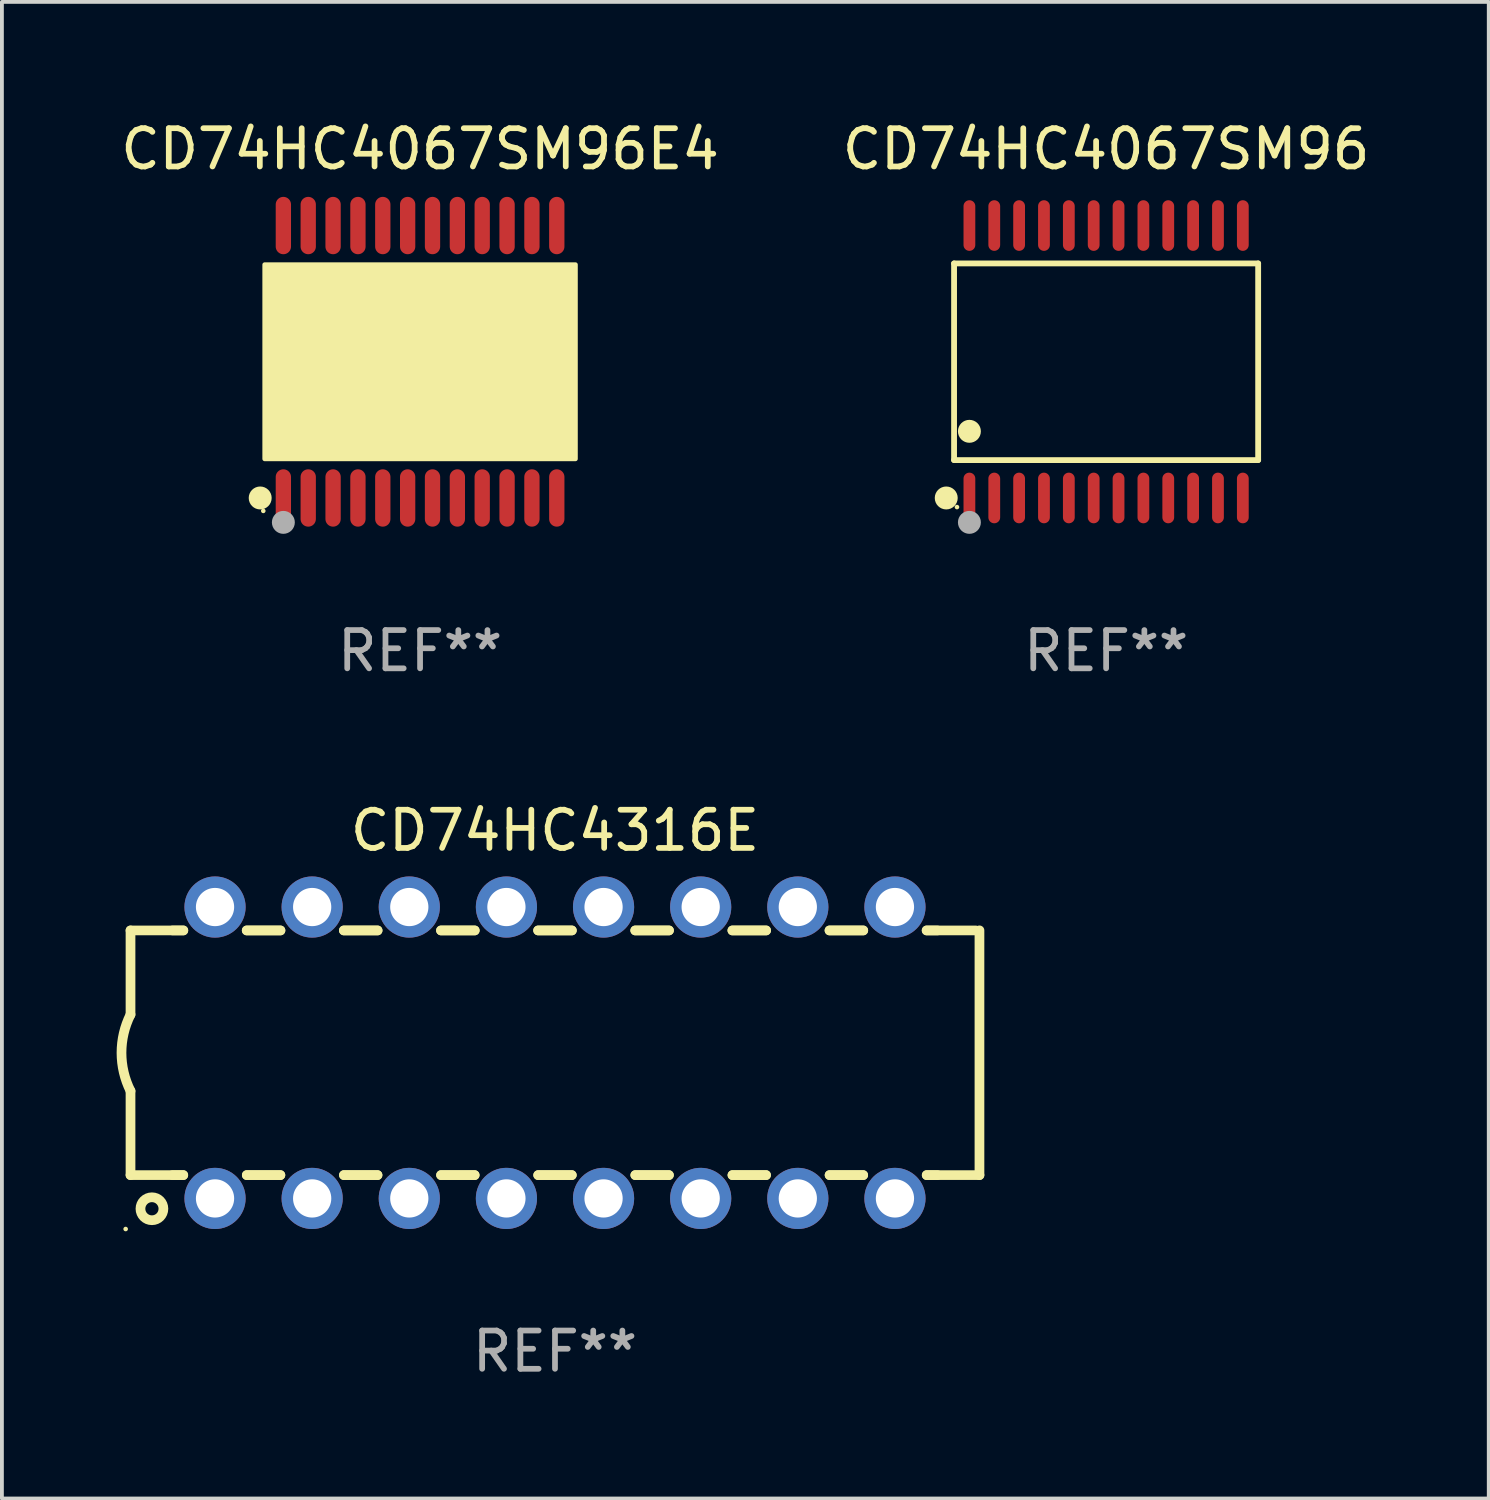
<source format=kicad_pcb>
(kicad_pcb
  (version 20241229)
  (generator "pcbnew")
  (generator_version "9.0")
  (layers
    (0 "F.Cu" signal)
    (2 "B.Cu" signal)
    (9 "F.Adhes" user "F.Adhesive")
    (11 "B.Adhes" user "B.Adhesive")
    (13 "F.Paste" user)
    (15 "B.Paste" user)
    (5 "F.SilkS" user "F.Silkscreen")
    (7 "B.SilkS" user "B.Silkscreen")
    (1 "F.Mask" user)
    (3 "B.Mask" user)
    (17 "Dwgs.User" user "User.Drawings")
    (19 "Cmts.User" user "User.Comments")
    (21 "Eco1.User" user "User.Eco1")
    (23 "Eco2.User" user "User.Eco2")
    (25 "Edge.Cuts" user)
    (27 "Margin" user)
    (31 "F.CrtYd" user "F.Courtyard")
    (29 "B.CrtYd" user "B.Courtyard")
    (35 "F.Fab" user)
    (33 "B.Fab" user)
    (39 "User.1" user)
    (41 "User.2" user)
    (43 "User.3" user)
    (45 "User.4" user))
  (footprint "CD74HC4067SM96E4"
    (layer "F.Cu")
    (at 7.935 6.41)
    (property "Reference" "CD74HC4067SM96E4" (at 0 -5.562 0) (layer "F.SilkS") (effects (font (size 1 1) (thickness 0.15))))
    (attr through_hole)
    (fp_circle (center -4.181 3.562) (end -4.031 3.562) (stroke (width 0.3) (type solid)) (fill no) (layer "F.SilkS"))
    (fp_circle (center -4.1 3.9) (end -4.07 3.9) (stroke (width 0.06) (type solid)) (fill no) (layer "F.SilkS"))
    (fp_circle (center -3.575 1.819) (end -3.425 1.819) (stroke (width 0.3) (type solid)) (fill no) (layer "F.SilkS"))
    (fp_poly (pts (xy -4.064 -2.54) (xy 4.064 -2.54) (xy 4.064 2.54) (xy -4.064 2.54)) (stroke (width 0.12) (type solid)) (fill yes) (layer "F.SilkS"))
    (fp_circle (center -3.575 4.2) (end -3.425 4.2) (stroke (width 0.3) (type solid)) (fill no) (layer "F.Fab"))
    (fp_text user "REF**" (at 0 7.562 0) (layer "F.Fab") (effects (font (size 1 1) (thickness 0.15))))
    (pad "1" smd oval (at -3.575 3.562) (size 0.4 1.5) (layers "F.Cu" "F.Mask" "F.Paste"))
    (pad "2" smd oval (at -2.925 3.562) (size 0.4 1.5) (layers "F.Cu" "F.Mask" "F.Paste"))
    (pad "3" smd oval (at -2.275 3.562) (size 0.4 1.5) (layers "F.Cu" "F.Mask" "F.Paste"))
    (pad "4" smd oval (at -1.625 3.562) (size 0.4 1.5) (layers "F.Cu" "F.Mask" "F.Paste"))
    (pad "5" smd oval (at -0.975 3.562) (size 0.4 1.5) (layers "F.Cu" "F.Mask" "F.Paste"))
    (pad "6" smd oval (at -0.325 3.562) (size 0.4 1.5) (layers "F.Cu" "F.Mask" "F.Paste"))
    (pad "7" smd oval (at 0.325 3.562) (size 0.4 1.5) (layers "F.Cu" "F.Mask" "F.Paste"))
    (pad "8" smd oval (at 0.975 3.562) (size 0.4 1.5) (layers "F.Cu" "F.Mask" "F.Paste"))
    (pad "9" smd oval (at 1.625 3.562) (size 0.4 1.5) (layers "F.Cu" "F.Mask" "F.Paste"))
    (pad "10" smd oval (at 2.275 3.562) (size 0.4 1.5) (layers "F.Cu" "F.Mask" "F.Paste"))
    (pad "11" smd oval (at 2.925 3.562) (size 0.4 1.5) (layers "F.Cu" "F.Mask" "F.Paste"))
    (pad "12" smd oval (at 3.575 3.562) (size 0.4 1.5) (layers "F.Cu" "F.Mask" "F.Paste"))
    (pad "13" smd oval (at 3.575 -3.562) (size 0.4 1.5) (layers "F.Cu" "F.Mask" "F.Paste"))
    (pad "14" smd oval (at 2.925 -3.562) (size 0.4 1.5) (layers "F.Cu" "F.Mask" "F.Paste"))
    (pad "15" smd oval (at 2.275 -3.562) (size 0.4 1.5) (layers "F.Cu" "F.Mask" "F.Paste"))
    (pad "16" smd oval (at 1.625 -3.562) (size 0.4 1.5) (layers "F.Cu" "F.Mask" "F.Paste"))
    (pad "17" smd oval (at 0.975 -3.562) (size 0.4 1.5) (layers "F.Cu" "F.Mask" "F.Paste"))
    (pad "18" smd oval (at 0.325 -3.562) (size 0.4 1.5) (layers "F.Cu" "F.Mask" "F.Paste"))
    (pad "19" smd oval (at -0.325 -3.562) (size 0.4 1.5) (layers "F.Cu" "F.Mask" "F.Paste"))
    (pad "20" smd oval (at -0.975 -3.562) (size 0.4 1.5) (layers "F.Cu" "F.Mask" "F.Paste"))
    (pad "21" smd oval (at -1.625 -3.562) (size 0.4 1.5) (layers "F.Cu" "F.Mask" "F.Paste"))
    (pad "22" smd oval (at -2.275 -3.562) (size 0.4 1.5) (layers "F.Cu" "F.Mask" "F.Paste"))
    (pad "23" smd oval (at -2.925 -3.562) (size 0.4 1.5) (layers "F.Cu" "F.Mask" "F.Paste"))
    (pad "24" smd oval (at -3.575 -3.562) (size 0.4 1.5) (layers "F.Cu" "F.Mask" "F.Paste")))
  (footprint "CD74HC4067SM96"
    (layer "F.Cu")
    (at 25.875 6.41)
    (property "Reference" "CD74HC4067SM96" (at 0 -5.562 0) (layer "F.SilkS") (effects (font (size 1 1) (thickness 0.15))))
    (attr through_hole)
    (fp_line (start -3.976 -2.571) (end 3.976 -2.571) (stroke (width 0.152) (type solid)) (layer "F.SilkS"))
    (fp_line (start -3.976 2.571) (end -3.976 -2.571) (stroke (width 0.152) (type solid)) (layer "F.SilkS"))
    (fp_line (start 3.976 -2.571) (end 3.976 2.571) (stroke (width 0.152) (type solid)) (layer "F.SilkS"))
    (fp_line (start 3.976 2.571) (end -3.976 2.571) (stroke (width 0.152) (type solid)) (layer "F.SilkS"))
    (fp_circle (center -4.181 3.562) (end -4.031 3.562) (stroke (width 0.3) (type solid)) (fill no) (layer "F.SilkS"))
    (fp_circle (center -3.9 3.8) (end -3.87 3.8) (stroke (width 0.06) (type solid)) (fill no) (layer "F.SilkS"))
    (fp_circle (center -3.575 1.819) (end -3.425 1.819) (stroke (width 0.3) (type solid)) (fill no) (layer "F.SilkS"))
    (fp_circle (center -3.575 4.2) (end -3.425 4.2) (stroke (width 0.3) (type solid)) (fill no) (layer "F.Fab"))
    (fp_text user "REF**" (at 0 7.562 0) (layer "F.Fab") (effects (font (size 1 1) (thickness 0.15))))
    (pad "1" smd oval (at -3.575 3.562) (size 0.308 1.324) (layers "F.Cu" "F.Mask" "F.Paste"))
    (pad "2" smd oval (at -2.925 3.562) (size 0.308 1.324) (layers "F.Cu" "F.Mask" "F.Paste"))
    (pad "3" smd oval (at -2.275 3.562) (size 0.308 1.324) (layers "F.Cu" "F.Mask" "F.Paste"))
    (pad "4" smd oval (at -1.625 3.562) (size 0.308 1.324) (layers "F.Cu" "F.Mask" "F.Paste"))
    (pad "5" smd oval (at -0.975 3.562) (size 0.308 1.324) (layers "F.Cu" "F.Mask" "F.Paste"))
    (pad "6" smd oval (at -0.325 3.562) (size 0.308 1.324) (layers "F.Cu" "F.Mask" "F.Paste"))
    (pad "7" smd oval (at 0.325 3.562) (size 0.308 1.324) (layers "F.Cu" "F.Mask" "F.Paste"))
    (pad "8" smd oval (at 0.975 3.562) (size 0.308 1.324) (layers "F.Cu" "F.Mask" "F.Paste"))
    (pad "9" smd oval (at 1.625 3.562) (size 0.308 1.324) (layers "F.Cu" "F.Mask" "F.Paste"))
    (pad "10" smd oval (at 2.275 3.562) (size 0.308 1.324) (layers "F.Cu" "F.Mask" "F.Paste"))
    (pad "11" smd oval (at 2.925 3.562) (size 0.308 1.324) (layers "F.Cu" "F.Mask" "F.Paste"))
    (pad "12" smd oval (at 3.575 3.562) (size 0.308 1.324) (layers "F.Cu" "F.Mask" "F.Paste"))
    (pad "13" smd oval (at 3.575 -3.562) (size 0.308 1.324) (layers "F.Cu" "F.Mask" "F.Paste"))
    (pad "14" smd oval (at 2.925 -3.562) (size 0.308 1.324) (layers "F.Cu" "F.Mask" "F.Paste"))
    (pad "15" smd oval (at 2.275 -3.562) (size 0.308 1.324) (layers "F.Cu" "F.Mask" "F.Paste"))
    (pad "16" smd oval (at 1.625 -3.562) (size 0.308 1.324) (layers "F.Cu" "F.Mask" "F.Paste"))
    (pad "17" smd oval (at 0.975 -3.562) (size 0.308 1.324) (layers "F.Cu" "F.Mask" "F.Paste"))
    (pad "18" smd oval (at 0.325 -3.562) (size 0.308 1.324) (layers "F.Cu" "F.Mask" "F.Paste"))
    (pad "19" smd oval (at -0.325 -3.562) (size 0.308 1.324) (layers "F.Cu" "F.Mask" "F.Paste"))
    (pad "20" smd oval (at -0.975 -3.562) (size 0.308 1.324) (layers "F.Cu" "F.Mask" "F.Paste"))
    (pad "21" smd oval (at -1.625 -3.562) (size 0.308 1.324) (layers "F.Cu" "F.Mask" "F.Paste"))
    (pad "22" smd oval (at -2.275 -3.562) (size 0.308 1.324) (layers "F.Cu" "F.Mask" "F.Paste"))
    (pad "23" smd oval (at -2.925 -3.562) (size 0.308 1.324) (layers "F.Cu" "F.Mask" "F.Paste"))
    (pad "24" smd oval (at -3.575 -3.562) (size 0.308 1.324) (layers "F.Cu" "F.Mask" "F.Paste")))
  (footprint "CD74HC4316E"
    (layer "F.Cu")
    (at 11.463 24.479)
    (property "Reference" "CD74HC4316E" (at 0 -5.81 0) (layer "F.SilkS") (effects (font (size 1 1) (thickness 0.15))))
    (attr through_hole)
    (fp_line (start -11.1 -3.198) (end -9.719 -3.198) (stroke (width 0.254) (type solid)) (layer "F.SilkS"))
    (fp_line (start -11.1 -0.998) (end -11.1 -3.198) (stroke (width 0.254) (type solid)) (layer "F.SilkS"))
    (fp_line (start -11.1 3.2) (end -11.1 1) (stroke (width 0.254) (type solid)) (layer "F.SilkS"))
    (fp_line (start -11.1 3.2) (end -9.721 3.2) (stroke (width 0.254) (type solid)) (layer "F.SilkS"))
    (fp_line (start -10 -3.198) (end -9.719 -3.198) (stroke (width 0.254) (type solid)) (layer "F.SilkS"))
    (fp_line (start -10 3.2) (end -9.721 3.2) (stroke (width 0.254) (type solid)) (layer "F.SilkS"))
    (fp_line (start -8.061 -3.198) (end -7.179 -3.198) (stroke (width 0.254) (type solid)) (layer "F.SilkS"))
    (fp_line (start -8.061 -3.198) (end -7.179 -3.198) (stroke (width 0.254) (type solid)) (layer "F.SilkS"))
    (fp_line (start -8.059 3.2) (end -7.181 3.2) (stroke (width 0.254) (type solid)) (layer "F.SilkS"))
    (fp_line (start -8.059 3.2) (end -7.181 3.2) (stroke (width 0.254) (type solid)) (layer "F.SilkS"))
    (fp_line (start -5.521 -3.198) (end -4.639 -3.198) (stroke (width 0.254) (type solid)) (layer "F.SilkS"))
    (fp_line (start -5.521 -3.198) (end -4.639 -3.198) (stroke (width 0.254) (type solid)) (layer "F.SilkS"))
    (fp_line (start -5.519 3.2) (end -4.641 3.2) (stroke (width 0.254) (type solid)) (layer "F.SilkS"))
    (fp_line (start -5.519 3.2) (end -4.641 3.2) (stroke (width 0.254) (type solid)) (layer "F.SilkS"))
    (fp_line (start -2.981 -3.198) (end -2.099 -3.198) (stroke (width 0.254) (type solid)) (layer "F.SilkS"))
    (fp_line (start -2.981 -3.198) (end -2.099 -3.198) (stroke (width 0.254) (type solid)) (layer "F.SilkS"))
    (fp_line (start -2.979 3.2) (end -2.101 3.2) (stroke (width 0.254) (type solid)) (layer "F.SilkS"))
    (fp_line (start -2.979 3.2) (end -2.101 3.2) (stroke (width 0.254) (type solid)) (layer "F.SilkS"))
    (fp_line (start -0.441 -3.198) (end 0.441 -3.198) (stroke (width 0.254) (type solid)) (layer "F.SilkS"))
    (fp_line (start -0.441 -3.198) (end 0.441 -3.198) (stroke (width 0.254) (type solid)) (layer "F.SilkS"))
    (fp_line (start -0.439 3.2) (end 0.439 3.2) (stroke (width 0.254) (type solid)) (layer "F.SilkS"))
    (fp_line (start -0.439 3.2) (end 0.439 3.2) (stroke (width 0.254) (type solid)) (layer "F.SilkS"))
    (fp_line (start 2.099 -3.198) (end 2.981 -3.198) (stroke (width 0.254) (type solid)) (layer "F.SilkS"))
    (fp_line (start 2.099 -3.198) (end 2.981 -3.198) (stroke (width 0.254) (type solid)) (layer "F.SilkS"))
    (fp_line (start 2.101 3.2) (end 2.979 3.2) (stroke (width 0.254) (type solid)) (layer "F.SilkS"))
    (fp_line (start 2.101 3.2) (end 2.979 3.2) (stroke (width 0.254) (type solid)) (layer "F.SilkS"))
    (fp_line (start 4.639 -3.198) (end 5.521 -3.198) (stroke (width 0.254) (type solid)) (layer "F.SilkS"))
    (fp_line (start 4.639 -3.198) (end 5.521 -3.198) (stroke (width 0.254) (type solid)) (layer "F.SilkS"))
    (fp_line (start 4.641 3.2) (end 5.519 3.2) (stroke (width 0.254) (type solid)) (layer "F.SilkS"))
    (fp_line (start 4.641 3.2) (end 5.519 3.2) (stroke (width 0.254) (type solid)) (layer "F.SilkS"))
    (fp_line (start 7.179 -3.198) (end 8.061 -3.198) (stroke (width 0.254) (type solid)) (layer "F.SilkS"))
    (fp_line (start 7.179 -3.198) (end 8.061 -3.198) (stroke (width 0.254) (type solid)) (layer "F.SilkS"))
    (fp_line (start 7.181 3.2) (end 8.059 3.2) (stroke (width 0.254) (type solid)) (layer "F.SilkS"))
    (fp_line (start 7.181 3.2) (end 8.059 3.2) (stroke (width 0.254) (type solid)) (layer "F.SilkS"))
    (fp_line (start 9.719 -3.198) (end 10 -3.198) (stroke (width 0.254) (type solid)) (layer "F.SilkS"))
    (fp_line (start 9.719 -3.198) (end 11 -3.198) (stroke (width 0.254) (type solid)) (layer "F.SilkS"))
    (fp_line (start 9.721 3.2) (end 11.1 3.2) (stroke (width 0.254) (type solid)) (layer "F.SilkS"))
    (fp_line (start 9.721 3.2) (end 10 3.2) (stroke (width 0.254) (type solid)) (layer "F.SilkS"))
    (fp_line (start 11.1 3.2) (end 11.1 -3.2) (stroke (width 0.254) (type solid)) (layer "F.SilkS"))
    (fp_arc (start -11.099823 1.000762) (mid -11.335827 0.001303) (end -11.1 -0.998197) (stroke (width 0.254001) (type solid)) (layer "F.SilkS"))
    (fp_circle (center -11.227 4.61) (end -11.197 4.61) (stroke (width 0.06) (type solid)) (fill no) (layer "F.SilkS"))
    (fp_circle (center -10.54 4.08) (end -10.24 4.08) (stroke (width 0.254) (type solid)) (fill no) (layer "F.SilkS"))
    (fp_text user "REF**" (at 0 7.81 0) (layer "F.Fab") (effects (font (size 1 1) (thickness 0.15))))
    (pad "1" thru_hole circle (at -8.89 3.81) (size 1.6 1.6) (drill 1) (layers "*.Cu" "*.Mask"))
    (pad "2" thru_hole circle (at -6.35 3.81) (size 1.6 1.6) (drill 1) (layers "*.Cu" "*.Mask"))
    (pad "3" thru_hole circle (at -3.81 3.81) (size 1.6 1.6) (drill 1) (layers "*.Cu" "*.Mask"))
    (pad "4" thru_hole circle (at -1.27 3.81) (size 1.6 1.6) (drill 1) (layers "*.Cu" "*.Mask"))
    (pad "5" thru_hole circle (at 1.27 3.81) (size 1.6 1.6) (drill 1) (layers "*.Cu" "*.Mask"))
    (pad "6" thru_hole circle (at 3.81 3.81) (size 1.6 1.6) (drill 1) (layers "*.Cu" "*.Mask"))
    (pad "7" thru_hole circle (at 6.35 3.81) (size 1.6 1.6) (drill 1) (layers "*.Cu" "*.Mask"))
    (pad "8" thru_hole circle (at 8.89 3.81) (size 1.6 1.6) (drill 1) (layers "*.Cu" "*.Mask"))
    (pad "9" thru_hole circle (at 8.89 -3.81) (size 1.6 1.6) (drill 1) (layers "*.Cu" "*.Mask"))
    (pad "10" thru_hole circle (at 6.35 -3.81) (size 1.6 1.6) (drill 1) (layers "*.Cu" "*.Mask"))
    (pad "11" thru_hole circle (at 3.81 -3.81) (size 1.6 1.6) (drill 1) (layers "*.Cu" "*.Mask"))
    (pad "12" thru_hole circle (at 1.27 -3.81) (size 1.6 1.6) (drill 1) (layers "*.Cu" "*.Mask"))
    (pad "13" thru_hole circle (at -1.27 -3.81) (size 1.6 1.6) (drill 1) (layers "*.Cu" "*.Mask"))
    (pad "14" thru_hole circle (at -3.81 -3.81) (size 1.6 1.6) (drill 1) (layers "*.Cu" "*.Mask"))
    (pad "15" thru_hole circle (at -6.35 -3.81) (size 1.6 1.6) (drill 1) (layers "*.Cu" "*.Mask"))
    (pad "16" thru_hole circle (at -8.89 -3.81) (size 1.6 1.6) (drill 1) (layers "*.Cu" "*.Mask")))
  (gr_rect
    (start -3 -3)
    (end 35.881 36.137)
    (stroke (width 0.1) (type default))
    (fill no)
    (layer "Edge.Cuts")))
</source>
